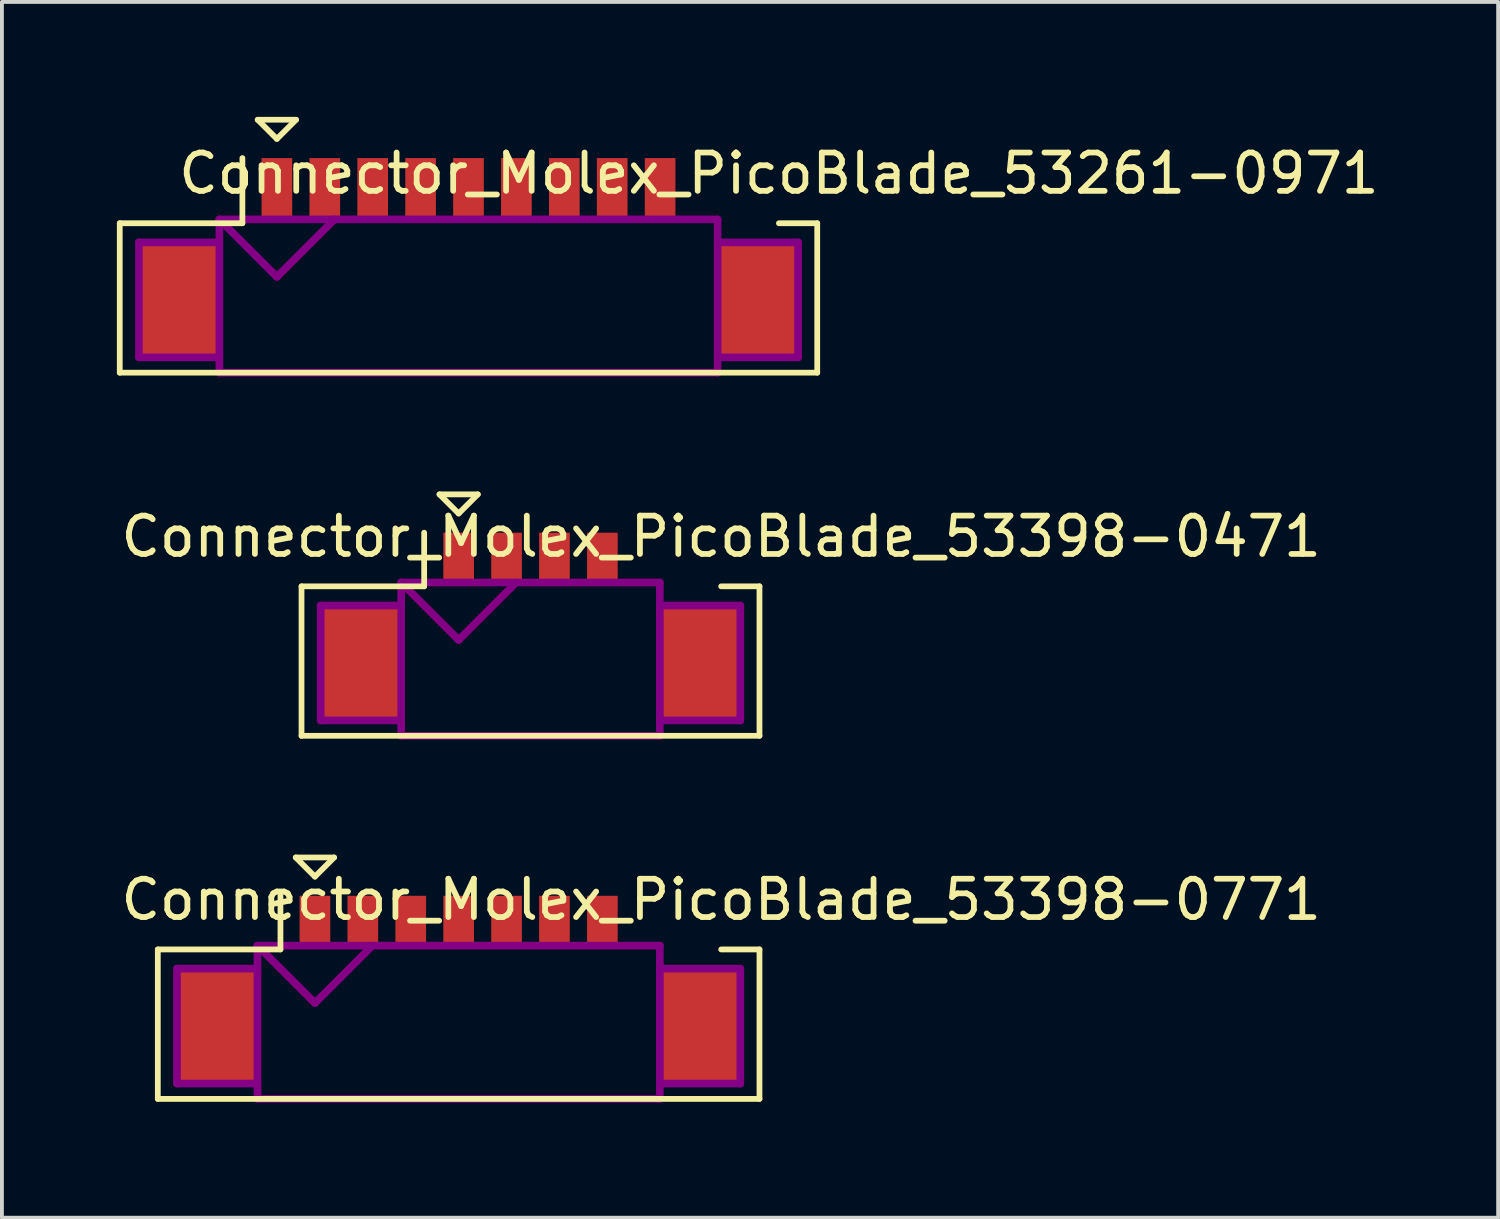
<source format=kicad_pcb>
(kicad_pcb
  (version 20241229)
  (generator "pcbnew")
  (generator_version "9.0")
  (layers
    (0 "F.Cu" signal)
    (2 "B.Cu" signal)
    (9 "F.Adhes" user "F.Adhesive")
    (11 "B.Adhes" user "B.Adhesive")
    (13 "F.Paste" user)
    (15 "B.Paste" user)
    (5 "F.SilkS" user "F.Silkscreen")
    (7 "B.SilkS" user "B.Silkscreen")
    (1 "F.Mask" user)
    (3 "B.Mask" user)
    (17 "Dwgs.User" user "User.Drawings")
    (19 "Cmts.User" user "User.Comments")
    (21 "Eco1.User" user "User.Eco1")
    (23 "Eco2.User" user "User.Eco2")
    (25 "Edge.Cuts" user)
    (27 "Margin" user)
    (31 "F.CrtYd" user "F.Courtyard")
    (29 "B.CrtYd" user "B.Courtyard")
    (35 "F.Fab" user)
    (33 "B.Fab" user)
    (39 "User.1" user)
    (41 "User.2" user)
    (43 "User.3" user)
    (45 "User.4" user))
  (footprint "Connector_Molex_PicoBlade_53398-0771"
    (layer "F.Cu")
    (at 8.918 23.725)
    (property "Reference" "Connector_Molex_PicoBlade_53398-0771" (at 6.85 -3.3 0) (layer "F.SilkS") (effects (font (size 1 1) (thickness 0.15))))
    (attr through_hole)
    (fp_line (start -7.85 -2) (end -7.85 1.9) (stroke (width 0.15) (type solid)) (layer "F.SilkS"))
    (fp_line (start -7.85 1.9) (end 7.85 1.9) (stroke (width 0.15) (type solid)) (layer "F.SilkS"))
    (fp_line (start -4.65 -3.4) (end -4.65 -2) (stroke (width 0.15) (type solid)) (layer "F.SilkS"))
    (fp_line (start -4.65 -2) (end -7.85 -2) (stroke (width 0.15) (type solid)) (layer "F.SilkS"))
    (fp_line (start -4.25 -4.4) (end -3.25 -4.4) (stroke (width 0.15) (type solid)) (layer "F.SilkS"))
    (fp_line (start -3.75 -3.9) (end -4.25 -4.4) (stroke (width 0.15) (type solid)) (layer "F.SilkS"))
    (fp_line (start -3.25 -4.4) (end -3.75 -3.9) (stroke (width 0.15) (type solid)) (layer "F.SilkS"))
    (fp_line (start 7.85 -2) (end 6.85 -2) (stroke (width 0.15) (type solid)) (layer "F.SilkS"))
    (fp_line (start 7.85 1.9) (end 7.85 -2) (stroke (width 0.15) (type solid)) (layer "F.SilkS"))
    (fp_line (start -7.35 -1.5) (end -7.35 1.5) (stroke (width 0.2) (type solid)) (layer "F.Adhes"))
    (fp_line (start -7.35 1.5) (end -5.25 1.5) (stroke (width 0.2) (type solid)) (layer "F.Adhes"))
    (fp_line (start -5.25 -2.1) (end -5.25 1.9) (stroke (width 0.2) (type solid)) (layer "F.Adhes"))
    (fp_line (start -5.25 -2.1) (end -3.75 -0.6) (stroke (width 0.2) (type solid)) (layer "F.Adhes"))
    (fp_line (start -5.25 -1.5) (end -7.35 -1.5) (stroke (width 0.2) (type solid)) (layer "F.Adhes"))
    (fp_line (start -5.25 1.9) (end 5.25 1.9) (stroke (width 0.2) (type solid)) (layer "F.Adhes"))
    (fp_line (start -3.75 -0.6) (end -2.25 -2.1) (stroke (width 0.2) (type solid)) (layer "F.Adhes"))
    (fp_line (start 5.25 -2.1) (end -5.25 -2.1) (stroke (width 0.2) (type solid)) (layer "F.Adhes"))
    (fp_line (start 5.25 -1.5) (end 7.35 -1.5) (stroke (width 0.2) (type solid)) (layer "F.Adhes"))
    (fp_line (start 5.25 1.9) (end 5.25 -2.1) (stroke (width 0.2) (type solid)) (layer "F.Adhes"))
    (fp_line (start 7.35 -1.5) (end 7.35 1.5) (stroke (width 0.2) (type solid)) (layer "F.Adhes"))
    (fp_line (start 7.35 1.5) (end 5.25 1.5) (stroke (width 0.2) (type solid)) (layer "F.Adhes"))
    (pad "" smd rect (at -6.3 0) (size 2.1 3) (layers "F.Cu" "F.Mask" "F.Paste"))
    (pad "" smd rect (at 6.3 0) (size 2.1 3) (layers "F.Cu" "F.Mask" "F.Paste"))
    (pad "1" smd rect (at -3.75 -2.75) (size 0.8 1.3) (layers "F.Cu" "F.Mask" "F.Paste"))
    (pad "2" smd rect (at -2.5 -2.75) (size 0.8 1.3) (layers "F.Cu" "F.Mask" "F.Paste"))
    (pad "3" smd rect (at -1.25 -2.75) (size 0.8 1.3) (layers "F.Cu" "F.Mask" "F.Paste"))
    (pad "4" smd rect (at 0 -2.75) (size 0.8 1.3) (layers "F.Cu" "F.Mask" "F.Paste"))
    (pad "5" smd rect (at 1.25 -2.75) (size 0.8 1.3) (layers "F.Cu" "F.Mask" "F.Paste"))
    (pad "6" smd rect (at 2.5 -2.75) (size 0.8 1.3) (layers "F.Cu" "F.Mask" "F.Paste"))
    (pad "7" smd rect (at 3.75 -2.75) (size 0.8 1.3) (layers "F.Cu" "F.Mask" "F.Paste")))
  (footprint "Connector_Molex_PicoBlade_53398-0471"
    (layer "F.Cu")
    (at 10.793 14.25)
    (property "Reference" "Connector_Molex_PicoBlade_53398-0471" (at 4.975 -3.3 0) (layer "F.SilkS") (effects (font (size 1 1) (thickness 0.15))))
    (attr through_hole)
    (fp_line (start -5.975 -2) (end -5.975 1.9) (stroke (width 0.15) (type solid)) (layer "F.SilkS"))
    (fp_line (start -5.975 1.9) (end 5.975 1.9) (stroke (width 0.15) (type solid)) (layer "F.SilkS"))
    (fp_line (start -2.775 -3.4) (end -2.775 -2) (stroke (width 0.15) (type solid)) (layer "F.SilkS"))
    (fp_line (start -2.775 -2) (end -5.975 -2) (stroke (width 0.15) (type solid)) (layer "F.SilkS"))
    (fp_line (start -2.375 -4.4) (end -1.375 -4.4) (stroke (width 0.15) (type solid)) (layer "F.SilkS"))
    (fp_line (start -1.875 -3.9) (end -2.375 -4.4) (stroke (width 0.15) (type solid)) (layer "F.SilkS"))
    (fp_line (start -1.375 -4.4) (end -1.875 -3.9) (stroke (width 0.15) (type solid)) (layer "F.SilkS"))
    (fp_line (start 5.975 -2) (end 4.975 -2) (stroke (width 0.15) (type solid)) (layer "F.SilkS"))
    (fp_line (start 5.975 1.9) (end 5.975 -2) (stroke (width 0.15) (type solid)) (layer "F.SilkS"))
    (fp_line (start -5.475 -1.5) (end -5.475 1.5) (stroke (width 0.2) (type solid)) (layer "F.Adhes"))
    (fp_line (start -5.475 1.5) (end -3.375 1.5) (stroke (width 0.2) (type solid)) (layer "F.Adhes"))
    (fp_line (start -3.375 -2.1) (end -3.375 1.9) (stroke (width 0.2) (type solid)) (layer "F.Adhes"))
    (fp_line (start -3.375 -2.1) (end -1.875 -0.6) (stroke (width 0.2) (type solid)) (layer "F.Adhes"))
    (fp_line (start -3.375 -1.5) (end -5.475 -1.5) (stroke (width 0.2) (type solid)) (layer "F.Adhes"))
    (fp_line (start -3.375 1.9) (end 3.375 1.9) (stroke (width 0.2) (type solid)) (layer "F.Adhes"))
    (fp_line (start -1.875 -0.6) (end -0.375 -2.1) (stroke (width 0.2) (type solid)) (layer "F.Adhes"))
    (fp_line (start 3.375 -2.1) (end -3.375 -2.1) (stroke (width 0.2) (type solid)) (layer "F.Adhes"))
    (fp_line (start 3.375 -1.5) (end 5.475 -1.5) (stroke (width 0.2) (type solid)) (layer "F.Adhes"))
    (fp_line (start 3.375 1.9) (end 3.375 -2.1) (stroke (width 0.2) (type solid)) (layer "F.Adhes"))
    (fp_line (start 5.475 -1.5) (end 5.475 1.5) (stroke (width 0.2) (type solid)) (layer "F.Adhes"))
    (fp_line (start 5.475 1.5) (end 3.375 1.5) (stroke (width 0.2) (type solid)) (layer "F.Adhes"))
    (pad "" smd rect (at -4.425 0) (size 2.1 3) (layers "F.Cu" "F.Mask" "F.Paste"))
    (pad "" smd rect (at 4.425 0) (size 2.1 3) (layers "F.Cu" "F.Mask" "F.Paste"))
    (pad "1" smd rect (at -1.875 -2.75) (size 0.8 1.3) (layers "F.Cu" "F.Mask" "F.Paste"))
    (pad "2" smd rect (at -0.625 -2.75) (size 0.8 1.3) (layers "F.Cu" "F.Mask" "F.Paste"))
    (pad "3" smd rect (at 0.625 -2.75) (size 0.8 1.3) (layers "F.Cu" "F.Mask" "F.Paste"))
    (pad "4" smd rect (at 1.875 -2.75) (size 0.8 1.3) (layers "F.Cu" "F.Mask" "F.Paste")))
  (footprint "Connector_Molex_PicoBlade_53261-0971"
    (layer "F.Cu")
    (at 9.175 4.775)
    (property "Reference" "Connector_Molex_PicoBlade_53261-0971" (at 8.1 -3.3 0) (layer "F.SilkS") (effects (font (size 1 1) (thickness 0.15))))
    (attr through_hole)
    (fp_line (start -9.1 -2) (end -9.1 1.9) (stroke (width 0.15) (type solid)) (layer "F.SilkS"))
    (fp_line (start -9.1 1.9) (end 9.1 1.9) (stroke (width 0.15) (type solid)) (layer "F.SilkS"))
    (fp_line (start -5.9 -3.7) (end -5.9 -2) (stroke (width 0.15) (type solid)) (layer "F.SilkS"))
    (fp_line (start -5.9 -2) (end -9.1 -2) (stroke (width 0.15) (type solid)) (layer "F.SilkS"))
    (fp_line (start -5.5 -4.7) (end -4.5 -4.7) (stroke (width 0.15) (type solid)) (layer "F.SilkS"))
    (fp_line (start -5 -4.2) (end -5.5 -4.7) (stroke (width 0.15) (type solid)) (layer "F.SilkS"))
    (fp_line (start -4.5 -4.7) (end -5 -4.2) (stroke (width 0.15) (type solid)) (layer "F.SilkS"))
    (fp_line (start 9.1 -2) (end 8.1 -2) (stroke (width 0.15) (type solid)) (layer "F.SilkS"))
    (fp_line (start 9.1 1.9) (end 9.1 -2) (stroke (width 0.15) (type solid)) (layer "F.SilkS"))
    (fp_line (start -8.6 -1.5) (end -8.6 1.5) (stroke (width 0.2) (type solid)) (layer "F.Adhes"))
    (fp_line (start -8.6 1.5) (end -6.5 1.5) (stroke (width 0.2) (type solid)) (layer "F.Adhes"))
    (fp_line (start -6.5 -2.1) (end -6.5 1.9) (stroke (width 0.2) (type solid)) (layer "F.Adhes"))
    (fp_line (start -6.5 -2.1) (end -5 -0.6) (stroke (width 0.2) (type solid)) (layer "F.Adhes"))
    (fp_line (start -6.5 -1.5) (end -8.6 -1.5) (stroke (width 0.2) (type solid)) (layer "F.Adhes"))
    (fp_line (start -6.5 1.9) (end 6.5 1.9) (stroke (width 0.2) (type solid)) (layer "F.Adhes"))
    (fp_line (start -5 -0.6) (end -3.5 -2.1) (stroke (width 0.2) (type solid)) (layer "F.Adhes"))
    (fp_line (start 6.5 -2.1) (end -6.5 -2.1) (stroke (width 0.2) (type solid)) (layer "F.Adhes"))
    (fp_line (start 6.5 -1.5) (end 8.6 -1.5) (stroke (width 0.2) (type solid)) (layer "F.Adhes"))
    (fp_line (start 6.5 1.9) (end 6.5 -2.1) (stroke (width 0.2) (type solid)) (layer "F.Adhes"))
    (fp_line (start 8.6 -1.5) (end 8.6 1.5) (stroke (width 0.2) (type solid)) (layer "F.Adhes"))
    (fp_line (start 8.6 1.5) (end 6.5 1.5) (stroke (width 0.2) (type solid)) (layer "F.Adhes"))
    (pad "" smd rect (at -7.55 0) (size 2.1 3) (layers "F.Cu" "F.Mask" "F.Paste"))
    (pad "" smd rect (at 7.55 0) (size 2.1 3) (layers "F.Cu" "F.Mask" "F.Paste"))
    (pad "1" smd rect (at -5 -2.9) (size 0.8 1.6) (layers "F.Cu" "F.Mask" "F.Paste"))
    (pad "2" smd rect (at -3.75 -2.9) (size 0.8 1.6) (layers "F.Cu" "F.Mask" "F.Paste"))
    (pad "3" smd rect (at -2.5 -2.9) (size 0.8 1.6) (layers "F.Cu" "F.Mask" "F.Paste"))
    (pad "4" smd rect (at -1.25 -2.9) (size 0.8 1.6) (layers "F.Cu" "F.Mask" "F.Paste"))
    (pad "5" smd rect (at 0 -2.9) (size 0.8 1.6) (layers "F.Cu" "F.Mask" "F.Paste"))
    (pad "6" smd rect (at 1.25 -2.9) (size 0.8 1.6) (layers "F.Cu" "F.Mask" "F.Paste"))
    (pad "7" smd rect (at 2.5 -2.9) (size 0.8 1.6) (layers "F.Cu" "F.Mask" "F.Paste"))
    (pad "8" smd rect (at 3.75 -2.9) (size 0.8 1.6) (layers "F.Cu" "F.Mask" "F.Paste"))
    (pad "9" smd rect (at 5 -2.9) (size 0.8 1.6) (layers "F.Cu" "F.Mask" "F.Paste")))
  (gr_rect
    (start -3 -3)
    (end 36.043 28.725)
    (stroke (width 0.1) (type default))
    (fill no)
    (layer "Edge.Cuts")))
</source>
